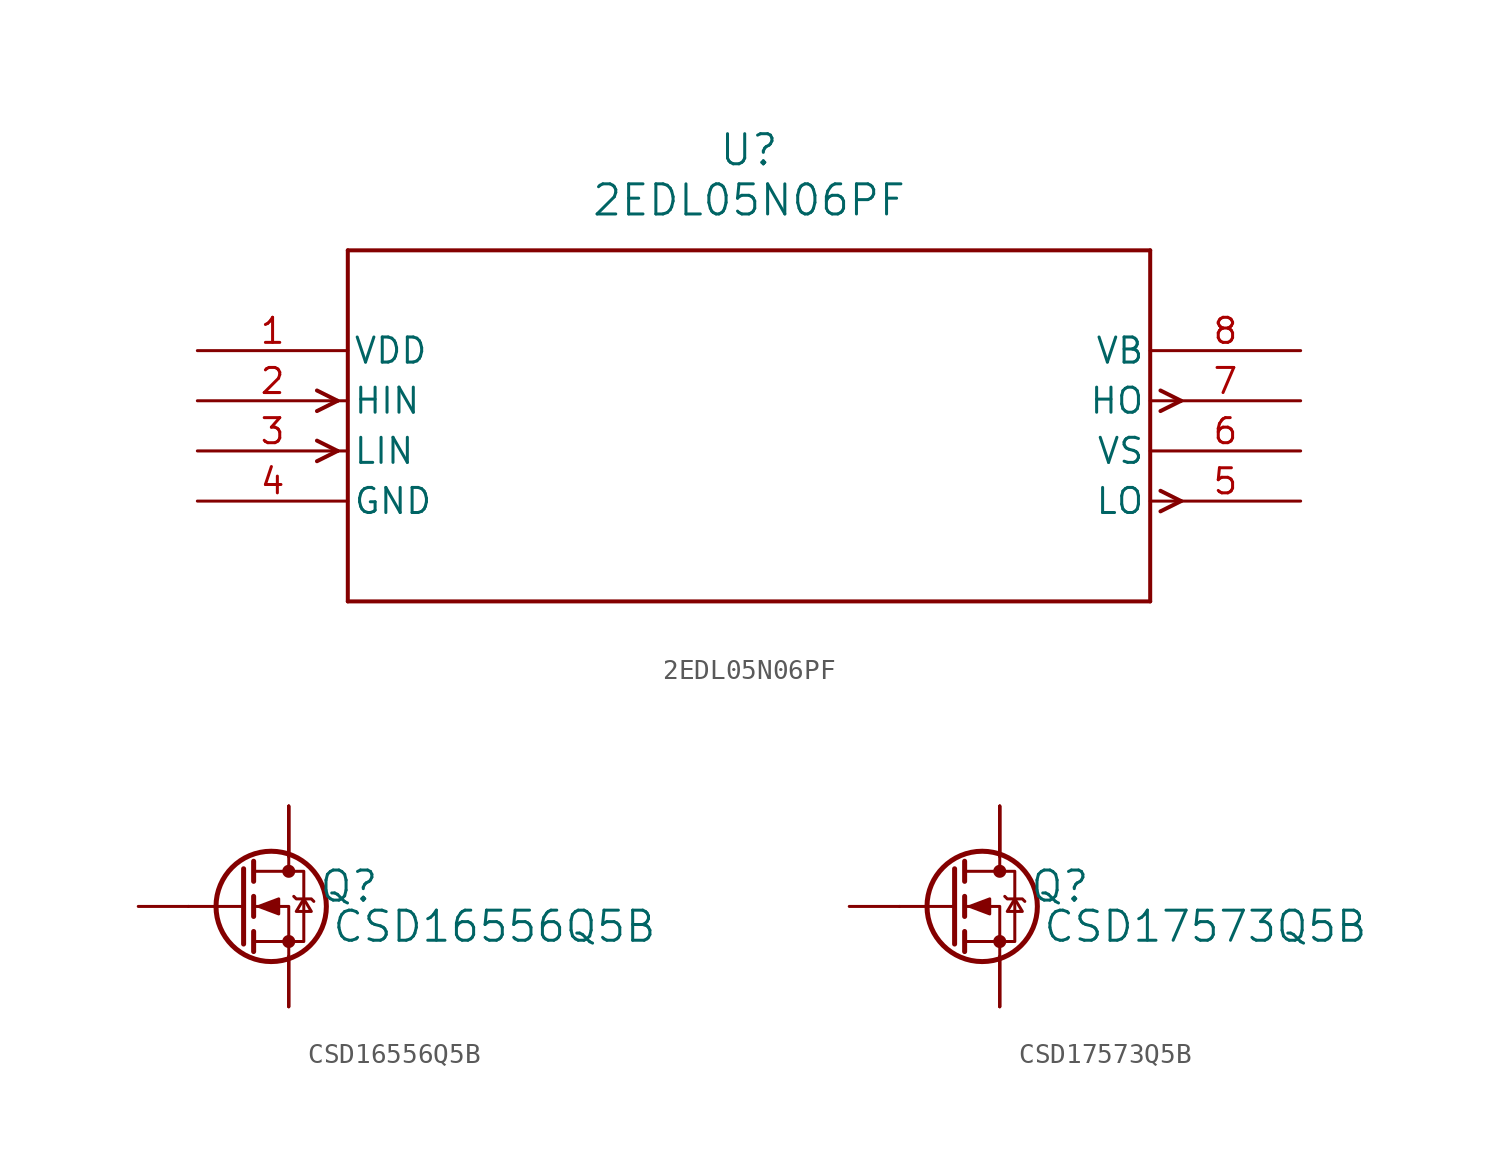
<source format=kicad_sym>
(kicad_symbol_lib
  (version 20231120)
  (generator "kicad_symbol_editor")
  (generator_version "8.0")
  (symbol "2EDL05N06PF"
    (pin_names
      (offset 0.254))
    (property "Reference" "U"
      (at 27.94 10.16 0)
      (effects (font (size 1.524 1.524))))
    (property "Value" "2EDL05N06PF"
      (at 27.94 7.62 0)
      (effects (font (size 1.524 1.524))))
    (property "ki_locked" ""
      (at 0 0 0)
      (effects (font (size 1.27 1.27))))
    (symbol "2EDL05N06PF_0_1"
      (polyline (pts (xy 7.099 -5.08) (xy 6.058 -5.601)) (stroke (width 0.203) (type default)) (fill (type none)))
      (polyline (pts (xy 7.099 -5.08) (xy 6.058 -4.559)) (stroke (width 0.203) (type default)) (fill (type none)))
      (polyline (pts (xy 7.099 -2.54) (xy 6.058 -3.061)) (stroke (width 0.203) (type default)) (fill (type none)))
      (polyline (pts (xy 7.099 -2.54) (xy 6.058 -2.019)) (stroke (width 0.203) (type default)) (fill (type none)))
      (polyline (pts (xy 7.62 -12.7) (xy 48.26 -12.7)) (stroke (width 0.203) (type default)) (fill (type none)))
      (polyline (pts (xy 7.62 5.08) (xy 7.62 -12.7)) (stroke (width 0.203) (type default)) (fill (type none)))
      (polyline (pts (xy 48.26 -12.7) (xy 48.26 5.08)) (stroke (width 0.203) (type default)) (fill (type none)))
      (polyline (pts (xy 48.26 5.08) (xy 7.62 5.08)) (stroke (width 0.203) (type default)) (fill (type none)))
      (polyline (pts (xy 48.781 -8.141) (xy 49.822 -7.62)) (stroke (width 0.203) (type default)) (fill (type none)))
      (polyline (pts (xy 48.781 -7.099) (xy 49.822 -7.62)) (stroke (width 0.203) (type default)) (fill (type none)))
      (polyline (pts (xy 48.781 -3.061) (xy 49.822 -2.54)) (stroke (width 0.203) (type default)) (fill (type none)))
      (polyline (pts (xy 48.781 -2.019) (xy 49.822 -2.54)) (stroke (width 0.203) (type default)) (fill (type none)))
      (pin power_in line (at 0 0 0) (length 7.62) (name "VDD" (effects (font (size 1.27 1.27)))) (number "1" (effects (font (size 1.27 1.27)))))
      (pin input line (at 0 -2.54 0) (length 7.62) (name "HIN" (effects (font (size 1.27 1.27)))) (number "2" (effects (font (size 1.27 1.27)))))
      (pin input line (at 0 -5.08 0) (length 7.62) (name "LIN" (effects (font (size 1.27 1.27)))) (number "3" (effects (font (size 1.27 1.27)))))
      (pin power_in line (at 0 -7.62 0) (length 7.62) (name "GND" (effects (font (size 1.27 1.27)))) (number "4" (effects (font (size 1.27 1.27)))))
      (pin output line (at 55.88 -7.62 180) (length 7.62) (name "LO" (effects (font (size 1.27 1.27)))) (number "5" (effects (font (size 1.27 1.27)))))
      (pin power_in line (at 55.88 -5.08 180) (length 7.62) (name "VS" (effects (font (size 1.27 1.27)))) (number "6" (effects (font (size 1.27 1.27)))))
      (pin output line (at 55.88 -2.54 180) (length 7.62) (name "HO" (effects (font (size 1.27 1.27)))) (number "7" (effects (font (size 1.27 1.27)))))
      (pin power_in line (at 55.88 0 180) (length 7.62) (name "VB" (effects (font (size 1.27 1.27)))) (number "8" (effects (font (size 1.27 1.27)))))))
  (symbol "CSD16556Q5B"
    (pin_numbers hide)
    (pin_names
      (offset 0.254) hide)
    (property "Reference" "Q"
      (at 10.668 -6.604 0)
      (effects (font (size 1.524 1.524))))
    (property "Value" "CSD16556Q5B"
      (at 18.034 -8.636 0)
      (effects (font (size 1.524 1.524))))
    (symbol "CSD16556Q5B_0_1"
      (polyline (pts (xy 5.334 -7.62) (xy 2.54 -7.62)) (stroke (width 0) (type default)) (fill (type none)))
      (polyline (pts (xy 5.334 -5.715) (xy 5.334 -9.525)) (stroke (width 0.254) (type default)) (fill (type none)))
      (polyline (pts (xy 5.842 -8.89) (xy 5.842 -9.906)) (stroke (width 0.254) (type default)) (fill (type none)))
      (polyline (pts (xy 5.842 -7.112) (xy 5.842 -8.128)) (stroke (width 0.254) (type default)) (fill (type none)))
      (polyline (pts (xy 5.842 -5.334) (xy 5.842 -6.35)) (stroke (width 0.254) (type default)) (fill (type none)))
      (polyline (pts (xy 7.62 -5.08) (xy 7.62 -5.842)) (stroke (width 0) (type default)) (fill (type none)))
      (polyline (pts (xy 7.62 -10.16) (xy 7.62 -7.62) (xy 5.842 -7.62)) (stroke (width 0) (type default)) (fill (type none)))
      (polyline (pts (xy 5.842 -9.398) (xy 8.382 -9.398) (xy 8.382 -5.842) (xy 5.842 -5.842)) (stroke (width 0) (type default)) (fill (type none)))
      (polyline (pts (xy 6.096 -7.62) (xy 7.112 -7.239) (xy 7.112 -8.001) (xy 6.096 -7.62)) (stroke (width 0) (type default)) (fill (type outline)))
      (polyline (pts (xy 7.874 -7.112) (xy 8.001 -7.239) (xy 8.763 -7.239) (xy 8.89 -7.366)) (stroke (width 0) (type default)) (fill (type none)))
      (polyline (pts (xy 8.382 -7.239) (xy 8.001 -7.874) (xy 8.763 -7.874) (xy 8.382 -7.239)) (stroke (width 0) (type default)) (fill (type none)))
      (circle (center 6.731 -7.62) (radius 2.794) (stroke (width 0.254) (type default)) (fill (type none)))
      (circle (center 7.62 -9.398) (radius 0.254) (stroke (width 0) (type default)) (fill (type outline)))
      (circle (center 7.62 -5.842) (radius 0.254) (stroke (width 0) (type default)) (fill (type outline))))
    (symbol "CSD16556Q5B_1_1"
      (pin passive line (at 7.62 -12.7 90) (length 2.54) (name "S" (effects (font (size 1.27 1.27)))) (number "1" (effects (font (size 1.27 1.27)))))
      (pin passive line (at 7.62 -12.7 90) (length 2.54) (name "S" (effects (font (size 1.27 1.27)))) (number "2" (effects (font (size 1.27 1.27)))))
      (pin passive line (at 7.62 -12.7 90) (length 2.54) (name "S" (effects (font (size 1.27 1.27)))) (number "3" (effects (font (size 1.27 1.27)))))
      (pin input line (at 0 -7.62 0) (length 2.54) (name "G" (effects (font (size 1.27 1.27)))) (number "4" (effects (font (size 1.27 1.27)))))
      (pin passive line (at 7.62 -2.54 270) (length 2.54) (name "D" (effects (font (size 1.27 1.27)))) (number "5" (effects (font (size 1.27 1.27)))))
      (pin passive line (at 7.62 -2.54 270) (length 2.54) (name "D" (effects (font (size 1.27 1.27)))) (number "6" (effects (font (size 1.27 1.27)))))
      (pin passive line (at 7.62 -2.54 270) (length 2.54) (name "D" (effects (font (size 1.27 1.27)))) (number "7" (effects (font (size 1.27 1.27)))))
      (pin passive line (at 7.62 -2.54 270) (length 2.54) (name "D" (effects (font (size 1.27 1.27)))) (number "8" (effects (font (size 1.27 1.27)))))))
  (symbol "CSD17573Q5B"
    (pin_numbers hide)
    (pin_names
      (offset 0.254) hide)
    (property "Reference" "Q"
      (at 10.668 -6.604 0)
      (effects (font (size 1.524 1.524))))
    (property "Value" "CSD17573Q5B"
      (at 18.034 -8.636 0)
      (effects (font (size 1.524 1.524))))
    (symbol "CSD17573Q5B_0_1"
      (polyline (pts (xy 5.334 -7.62) (xy 2.54 -7.62)) (stroke (width 0) (type default)) (fill (type none)))
      (polyline (pts (xy 5.334 -5.715) (xy 5.334 -9.525)) (stroke (width 0.254) (type default)) (fill (type none)))
      (polyline (pts (xy 5.842 -8.89) (xy 5.842 -9.906)) (stroke (width 0.254) (type default)) (fill (type none)))
      (polyline (pts (xy 5.842 -7.112) (xy 5.842 -8.128)) (stroke (width 0.254) (type default)) (fill (type none)))
      (polyline (pts (xy 5.842 -5.334) (xy 5.842 -6.35)) (stroke (width 0.254) (type default)) (fill (type none)))
      (polyline (pts (xy 7.62 -5.08) (xy 7.62 -5.842)) (stroke (width 0) (type default)) (fill (type none)))
      (polyline (pts (xy 7.62 -10.16) (xy 7.62 -7.62) (xy 5.842 -7.62)) (stroke (width 0) (type default)) (fill (type none)))
      (polyline (pts (xy 5.842 -9.398) (xy 8.382 -9.398) (xy 8.382 -5.842) (xy 5.842 -5.842)) (stroke (width 0) (type default)) (fill (type none)))
      (polyline (pts (xy 6.096 -7.62) (xy 7.112 -7.239) (xy 7.112 -8.001) (xy 6.096 -7.62)) (stroke (width 0) (type default)) (fill (type outline)))
      (polyline (pts (xy 7.874 -7.112) (xy 8.001 -7.239) (xy 8.763 -7.239) (xy 8.89 -7.366)) (stroke (width 0) (type default)) (fill (type none)))
      (polyline (pts (xy 8.382 -7.239) (xy 8.001 -7.874) (xy 8.763 -7.874) (xy 8.382 -7.239)) (stroke (width 0) (type default)) (fill (type none)))
      (circle (center 6.731 -7.62) (radius 2.794) (stroke (width 0.254) (type default)) (fill (type none)))
      (circle (center 7.62 -9.398) (radius 0.254) (stroke (width 0) (type default)) (fill (type outline)))
      (circle (center 7.62 -5.842) (radius 0.254) (stroke (width 0) (type default)) (fill (type outline))))
    (symbol "CSD17573Q5B_1_1"
      (pin passive line (at 7.62 -12.7 90) (length 2.54) (name "S" (effects (font (size 1.27 1.27)))) (number "1" (effects (font (size 1.27 1.27)))))
      (pin passive line (at 7.62 -12.7 90) (length 2.54) (name "S" (effects (font (size 1.27 1.27)))) (number "2" (effects (font (size 1.27 1.27)))))
      (pin passive line (at 7.62 -12.7 90) (length 2.54) (name "S" (effects (font (size 1.27 1.27)))) (number "3" (effects (font (size 1.27 1.27)))))
      (pin input line (at 0 -7.62 0) (length 2.54) (name "G" (effects (font (size 1.27 1.27)))) (number "4" (effects (font (size 1.27 1.27)))))
      (pin passive line (at 7.62 -2.54 270) (length 2.54) (name "D" (effects (font (size 1.27 1.27)))) (number "5" (effects (font (size 1.27 1.27)))))
      (pin passive line (at 7.62 -2.54 270) (length 2.54) (name "D" (effects (font (size 1.27 1.27)))) (number "6" (effects (font (size 1.27 1.27)))))
      (pin passive line (at 7.62 -2.54 270) (length 2.54) (name "D" (effects (font (size 1.27 1.27)))) (number "7" (effects (font (size 1.27 1.27)))))
      (pin passive line (at 7.62 -2.54 270) (length 2.54) (name "D" (effects (font (size 1.27 1.27)))) (number "8" (effects (font (size 1.27 1.27))))))))
</source>
